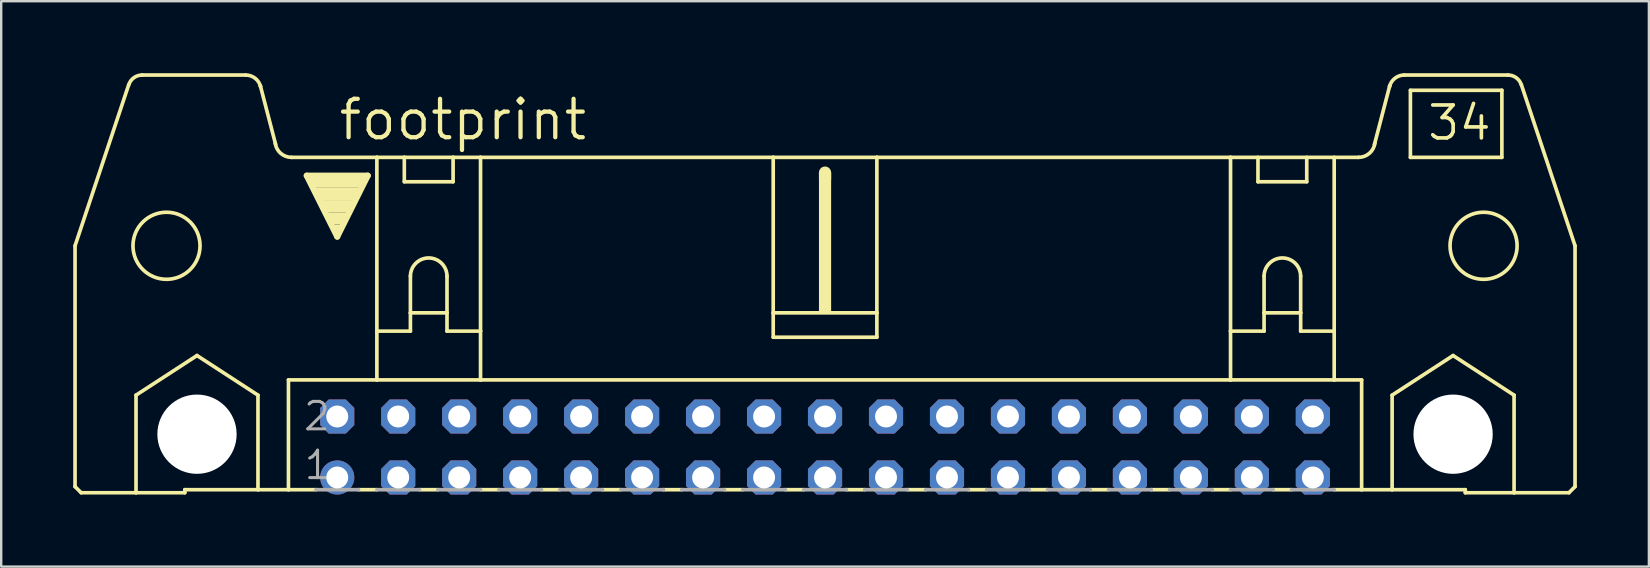
<source format=kicad_pcb>
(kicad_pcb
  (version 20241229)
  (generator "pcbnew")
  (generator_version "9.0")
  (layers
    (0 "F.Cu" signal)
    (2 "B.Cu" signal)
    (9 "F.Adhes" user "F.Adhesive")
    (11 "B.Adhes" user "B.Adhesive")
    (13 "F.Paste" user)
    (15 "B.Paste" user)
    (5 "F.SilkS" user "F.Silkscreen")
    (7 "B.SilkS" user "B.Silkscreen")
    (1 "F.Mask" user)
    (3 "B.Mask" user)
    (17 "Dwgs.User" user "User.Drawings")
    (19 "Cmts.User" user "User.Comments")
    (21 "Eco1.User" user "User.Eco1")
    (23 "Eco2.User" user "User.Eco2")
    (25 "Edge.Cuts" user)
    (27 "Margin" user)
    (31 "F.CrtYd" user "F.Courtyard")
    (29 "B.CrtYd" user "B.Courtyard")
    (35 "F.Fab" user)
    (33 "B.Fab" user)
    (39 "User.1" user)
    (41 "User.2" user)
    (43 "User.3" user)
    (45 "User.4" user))
  (footprint "footprint"
    (layer "F.Cu")
    (at 31.318 15.57)
    (property "Reference" "footprint" (at -20.345 -12.7 0) (layer "F.SilkS") (effects (font (size 1.6 1.6) (thickness 0.178)) (justify left bottom)))
    (fp_line (start -31.242 1.651) (end -31.242 -8.382) (stroke (width 0.152) (type solid)) (layer "F.SilkS"))
    (fp_line (start -31.242 1.651) (end -30.988 1.905) (stroke (width 0.152) (type solid)) (layer "F.SilkS"))
    (fp_line (start -30.988 1.905) (end -28.702 1.905) (stroke (width 0.152) (type solid)) (layer "F.SilkS"))
    (fp_line (start -29.007 -15.088) (end -31.242 -8.382) (stroke (width 0.152) (type solid)) (layer "F.SilkS"))
    (fp_line (start -28.702 -2.159) (end -26.162 -3.81) (stroke (width 0.152) (type solid)) (layer "F.SilkS"))
    (fp_line (start -28.702 1.905) (end -28.702 -2.159) (stroke (width 0.152) (type solid)) (layer "F.SilkS"))
    (fp_line (start -28.702 1.905) (end -26.67 1.905) (stroke (width 0.152) (type solid)) (layer "F.SilkS"))
    (fp_line (start -26.67 1.778) (end -26.67 1.905) (stroke (width 0.152) (type solid)) (layer "F.SilkS"))
    (fp_line (start -26.67 1.778) (end -23.622 1.778) (stroke (width 0.152) (type solid)) (layer "F.SilkS"))
    (fp_line (start -26.162 -3.81) (end -23.622 -2.159) (stroke (width 0.152) (type solid)) (layer "F.SilkS"))
    (fp_line (start -24.13 -15.494) (end -28.448 -15.494) (stroke (width 0.152) (type solid)) (layer "F.SilkS"))
    (fp_line (start -23.622 1.778) (end -23.622 -2.159) (stroke (width 0.152) (type solid)) (layer "F.SilkS"))
    (fp_line (start -23.622 1.778) (end -22.352 1.778) (stroke (width 0.152) (type solid)) (layer "F.SilkS"))
    (fp_line (start -22.885 -12.598) (end -23.52 -15.037) (stroke (width 0.152) (type solid)) (layer "F.SilkS"))
    (fp_line (start -22.352 -2.794) (end -22.352 1.778) (stroke (width 0.152) (type solid)) (layer "F.SilkS"))
    (fp_line (start -22.352 1.778) (end -21.209 1.778) (stroke (width 0.152) (type solid)) (layer "F.SilkS"))
    (fp_line (start -22.225 -12.065) (end -18.669 -12.065) (stroke (width 0.152) (type solid)) (layer "F.SilkS"))
    (fp_line (start -21.59 -11.303) (end -19.05 -11.303) (stroke (width 0.254) (type solid)) (layer "F.SilkS"))
    (fp_line (start -20.32 -8.763) (end -21.59 -11.303) (stroke (width 0.254) (type solid)) (layer "F.SilkS"))
    (fp_line (start -19.431 1.778) (end -18.669 1.778) (stroke (width 0.152) (type solid)) (layer "F.SilkS"))
    (fp_line (start -19.05 -11.303) (end -20.32 -8.763) (stroke (width 0.254) (type solid)) (layer "F.SilkS"))
    (fp_line (start -18.669 -12.065) (end -17.526 -12.065) (stroke (width 0.152) (type solid)) (layer "F.SilkS"))
    (fp_line (start -18.669 -4.826) (end -18.669 -12.065) (stroke (width 0.152) (type solid)) (layer "F.SilkS"))
    (fp_line (start -18.669 -4.826) (end -18.669 -2.794) (stroke (width 0.152) (type solid)) (layer "F.SilkS"))
    (fp_line (start -18.669 -4.826) (end -17.272 -4.826) (stroke (width 0.152) (type solid)) (layer "F.SilkS"))
    (fp_line (start -18.669 -2.794) (end -22.352 -2.794) (stroke (width 0.152) (type solid)) (layer "F.SilkS"))
    (fp_line (start -17.526 -12.065) (end -15.494 -12.065) (stroke (width 0.152) (type solid)) (layer "F.SilkS"))
    (fp_line (start -17.526 -11.049) (end -17.526 -12.065) (stroke (width 0.152) (type solid)) (layer "F.SilkS"))
    (fp_line (start -17.526 -11.049) (end -15.494 -11.049) (stroke (width 0.152) (type solid)) (layer "F.SilkS"))
    (fp_line (start -17.272 -7.112) (end -17.272 -5.588) (stroke (width 0.152) (type solid)) (layer "F.SilkS"))
    (fp_line (start -17.272 -5.588) (end -17.272 -4.826) (stroke (width 0.152) (type solid)) (layer "F.SilkS"))
    (fp_line (start -17.272 -5.588) (end -15.748 -5.588) (stroke (width 0.152) (type solid)) (layer "F.SilkS"))
    (fp_line (start -16.891 1.778) (end -16.129 1.778) (stroke (width 0.152) (type solid)) (layer "F.SilkS"))
    (fp_line (start -15.748 -7.112) (end -15.748 -5.588) (stroke (width 0.152) (type solid)) (layer "F.SilkS"))
    (fp_line (start -15.748 -5.588) (end -15.748 -4.826) (stroke (width 0.152) (type solid)) (layer "F.SilkS"))
    (fp_line (start -15.748 -4.826) (end -14.351 -4.826) (stroke (width 0.152) (type solid)) (layer "F.SilkS"))
    (fp_line (start -15.494 -12.065) (end -15.494 -11.049) (stroke (width 0.152) (type solid)) (layer "F.SilkS"))
    (fp_line (start -15.494 -12.065) (end -14.351 -12.065) (stroke (width 0.152) (type solid)) (layer "F.SilkS"))
    (fp_line (start -14.351 -12.065) (end -2.159 -12.065) (stroke (width 0.152) (type solid)) (layer "F.SilkS"))
    (fp_line (start -14.351 -4.826) (end -14.351 -12.065) (stroke (width 0.152) (type solid)) (layer "F.SilkS"))
    (fp_line (start -14.351 -4.826) (end -14.351 -2.794) (stroke (width 0.152) (type solid)) (layer "F.SilkS"))
    (fp_line (start -14.351 -2.794) (end -18.669 -2.794) (stroke (width 0.152) (type solid)) (layer "F.SilkS"))
    (fp_line (start -14.351 1.778) (end -13.589 1.778) (stroke (width 0.152) (type solid)) (layer "F.SilkS"))
    (fp_line (start -11.811 1.778) (end -11.049 1.778) (stroke (width 0.152) (type solid)) (layer "F.SilkS"))
    (fp_line (start -9.271 1.778) (end -8.509 1.778) (stroke (width 0.152) (type solid)) (layer "F.SilkS"))
    (fp_line (start -6.731 1.778) (end -5.969 1.778) (stroke (width 0.152) (type solid)) (layer "F.SilkS"))
    (fp_line (start -4.191 1.778) (end -3.429 1.778) (stroke (width 0.152) (type solid)) (layer "F.SilkS"))
    (fp_line (start -2.159 -12.065) (end -2.159 -5.588) (stroke (width 0.152) (type solid)) (layer "F.SilkS"))
    (fp_line (start -2.159 -12.065) (end 2.159 -12.065) (stroke (width 0.152) (type solid)) (layer "F.SilkS"))
    (fp_line (start -2.159 -5.588) (end -2.159 -4.572) (stroke (width 0.152) (type solid)) (layer "F.SilkS"))
    (fp_line (start -1.651 1.778) (end -0.889 1.778) (stroke (width 0.152) (type solid)) (layer "F.SilkS"))
    (fp_line (start 0 -11.176) (end 0 -11.43) (stroke (width 0.508) (type solid)) (layer "F.SilkS"))
    (fp_line (start 0.889 1.778) (end 1.651 1.778) (stroke (width 0.152) (type solid)) (layer "F.SilkS"))
    (fp_line (start 2.159 -12.065) (end 2.159 -5.588) (stroke (width 0.152) (type solid)) (layer "F.SilkS"))
    (fp_line (start 2.159 -12.065) (end 16.891 -12.065) (stroke (width 0.152) (type solid)) (layer "F.SilkS"))
    (fp_line (start 2.159 -5.588) (end -2.159 -5.588) (stroke (width 0.152) (type solid)) (layer "F.SilkS"))
    (fp_line (start 2.159 -5.588) (end 2.159 -4.572) (stroke (width 0.152) (type solid)) (layer "F.SilkS"))
    (fp_line (start 2.159 -4.572) (end -2.159 -4.572) (stroke (width 0.152) (type solid)) (layer "F.SilkS"))
    (fp_line (start 3.429 1.778) (end 4.191 1.778) (stroke (width 0.152) (type solid)) (layer "F.SilkS"))
    (fp_line (start 5.969 1.778) (end 6.731 1.778) (stroke (width 0.152) (type solid)) (layer "F.SilkS"))
    (fp_line (start 8.509 1.778) (end 9.271 1.778) (stroke (width 0.152) (type solid)) (layer "F.SilkS"))
    (fp_line (start 11.049 1.778) (end 11.811 1.778) (stroke (width 0.152) (type solid)) (layer "F.SilkS"))
    (fp_line (start 13.589 1.778) (end 14.351 1.778) (stroke (width 0.152) (type solid)) (layer "F.SilkS"))
    (fp_line (start 16.129 1.778) (end 16.891 1.778) (stroke (width 0.152) (type solid)) (layer "F.SilkS"))
    (fp_line (start 16.891 -12.065) (end 22.225 -12.065) (stroke (width 0.152) (type solid)) (layer "F.SilkS"))
    (fp_line (start 16.891 -4.826) (end 16.891 -12.065) (stroke (width 0.152) (type solid)) (layer "F.SilkS"))
    (fp_line (start 16.891 -4.826) (end 16.891 -2.794) (stroke (width 0.152) (type solid)) (layer "F.SilkS"))
    (fp_line (start 16.891 -4.826) (end 18.288 -4.826) (stroke (width 0.152) (type solid)) (layer "F.SilkS"))
    (fp_line (start 16.891 -2.794) (end -14.351 -2.794) (stroke (width 0.152) (type solid)) (layer "F.SilkS"))
    (fp_line (start 18.034 -11.049) (end 18.034 -12.065) (stroke (width 0.152) (type solid)) (layer "F.SilkS"))
    (fp_line (start 18.034 -11.049) (end 20.066 -11.049) (stroke (width 0.152) (type solid)) (layer "F.SilkS"))
    (fp_line (start 18.288 -7.112) (end 18.288 -5.588) (stroke (width 0.152) (type solid)) (layer "F.SilkS"))
    (fp_line (start 18.288 -5.588) (end 18.288 -4.826) (stroke (width 0.152) (type solid)) (layer "F.SilkS"))
    (fp_line (start 18.288 -5.588) (end 19.812 -5.588) (stroke (width 0.152) (type solid)) (layer "F.SilkS"))
    (fp_line (start 18.669 1.778) (end 19.431 1.778) (stroke (width 0.152) (type solid)) (layer "F.SilkS"))
    (fp_line (start 19.812 -7.112) (end 19.812 -5.588) (stroke (width 0.152) (type solid)) (layer "F.SilkS"))
    (fp_line (start 19.812 -5.588) (end 19.812 -4.826) (stroke (width 0.152) (type solid)) (layer "F.SilkS"))
    (fp_line (start 19.812 -4.826) (end 21.209 -4.826) (stroke (width 0.152) (type solid)) (layer "F.SilkS"))
    (fp_line (start 20.066 -12.065) (end 20.066 -11.049) (stroke (width 0.152) (type solid)) (layer "F.SilkS"))
    (fp_line (start 21.209 -4.826) (end 21.209 -12.065) (stroke (width 0.152) (type solid)) (layer "F.SilkS"))
    (fp_line (start 21.209 -4.826) (end 21.209 -2.794) (stroke (width 0.152) (type solid)) (layer "F.SilkS"))
    (fp_line (start 21.209 -2.794) (end 16.891 -2.794) (stroke (width 0.152) (type solid)) (layer "F.SilkS"))
    (fp_line (start 22.352 -2.794) (end 21.209 -2.794) (stroke (width 0.152) (type solid)) (layer "F.SilkS"))
    (fp_line (start 22.352 -2.794) (end 22.352 1.778) (stroke (width 0.152) (type solid)) (layer "F.SilkS"))
    (fp_line (start 22.352 1.778) (end 21.209 1.778) (stroke (width 0.152) (type solid)) (layer "F.SilkS"))
    (fp_line (start 22.885 -12.598) (end 23.52 -15.037) (stroke (width 0.152) (type solid)) (layer "F.SilkS"))
    (fp_line (start 23.622 -2.159) (end 26.162 -3.81) (stroke (width 0.152) (type solid)) (layer "F.SilkS"))
    (fp_line (start 23.622 1.778) (end 22.352 1.778) (stroke (width 0.152) (type solid)) (layer "F.SilkS"))
    (fp_line (start 23.622 1.778) (end 23.622 -2.159) (stroke (width 0.152) (type solid)) (layer "F.SilkS"))
    (fp_line (start 24.13 -15.494) (end 28.448 -15.494) (stroke (width 0.152) (type solid)) (layer "F.SilkS"))
    (fp_line (start 24.384 -14.859) (end 24.384 -12.065) (stroke (width 0.152) (type solid)) (layer "F.SilkS"))
    (fp_line (start 24.384 -12.065) (end 28.194 -12.065) (stroke (width 0.152) (type solid)) (layer "F.SilkS"))
    (fp_line (start 26.162 -3.81) (end 28.702 -2.159) (stroke (width 0.152) (type solid)) (layer "F.SilkS"))
    (fp_line (start 26.67 1.778) (end 23.622 1.778) (stroke (width 0.152) (type solid)) (layer "F.SilkS"))
    (fp_line (start 26.67 1.778) (end 26.67 1.905) (stroke (width 0.152) (type solid)) (layer "F.SilkS"))
    (fp_line (start 28.194 -14.859) (end 24.384 -14.859) (stroke (width 0.152) (type solid)) (layer "F.SilkS"))
    (fp_line (start 28.194 -14.859) (end 28.194 -12.065) (stroke (width 0.152) (type solid)) (layer "F.SilkS"))
    (fp_line (start 28.702 1.905) (end 26.67 1.905) (stroke (width 0.152) (type solid)) (layer "F.SilkS"))
    (fp_line (start 28.702 1.905) (end 28.702 -2.159) (stroke (width 0.152) (type solid)) (layer "F.SilkS"))
    (fp_line (start 29.007 -15.088) (end 31.242 -8.382) (stroke (width 0.152) (type solid)) (layer "F.SilkS"))
    (fp_line (start 30.988 1.905) (end 28.702 1.905) (stroke (width 0.152) (type solid)) (layer "F.SilkS"))
    (fp_line (start 31.242 1.651) (end 30.988 1.905) (stroke (width 0.152) (type solid)) (layer "F.SilkS"))
    (fp_line (start 31.242 1.651) (end 31.242 -8.382) (stroke (width 0.152) (type solid)) (layer "F.SilkS"))
    (fp_arc (start -29.0044 -15.0878) (mid -28.792453 -15.38168) (end -28.447999 -15.494101) (stroke (width 0.1524) (type solid)) (layer "F.SilkS"))
    (fp_arc (start -24.13 -15.494) (mid -23.748999 -15.367) (end -23.520399 -15.036799) (stroke (width 0.1524) (type solid)) (layer "F.SilkS"))
    (fp_arc (start -23.5204 -15.0368) (mid -23.517084 -15.024931) (end -23.514 -15.013) (stroke (width 0.1524) (type solid)) (layer "F.SilkS"))
    (fp_arc (start -22.224999 -12.064999) (mid -22.676774 -12.234823) (end -22.9048 -12.6602) (stroke (width 0.1524) (type solid)) (layer "F.SilkS"))
    (fp_arc (start -17.272 -7.112) (mid -16.51 -7.874) (end -15.748 -7.112) (stroke (width 0.1524) (type solid)) (layer "F.SilkS"))
    (fp_arc (start 18.288 -7.112) (mid 19.05 -7.874) (end 19.812 -7.112) (stroke (width 0.1524) (type solid)) (layer "F.SilkS"))
    (fp_arc (start 22.904799 -12.660201) (mid 22.676774 -12.234825) (end 22.225 -12.065) (stroke (width 0.1524) (type solid)) (layer "F.SilkS"))
    (fp_arc (start 23.514 -15.013) (mid 23.517084 -15.024931) (end 23.5204 -15.0368) (stroke (width 0.1524) (type solid)) (layer "F.SilkS"))
    (fp_arc (start 23.5204 -15.0368) (mid 23.749001 -15.367) (end 24.130001 -15.493999) (stroke (width 0.1524) (type solid)) (layer "F.SilkS"))
    (fp_arc (start 28.448 -15.494) (mid 28.792385 -15.381609) (end 29.0043 -15.087799) (stroke (width 0.1524) (type solid)) (layer "F.SilkS"))
    (fp_circle (center -27.432 -8.382) (end -26.035 -8.382) (stroke (width 0.152) (type solid)) (fill no) (layer "F.SilkS"))
    (fp_circle (center -26.162 -0.533) (end -24.841 -0.533) (stroke (width 0.152) (type solid)) (fill no) (layer "F.SilkS"))
    (fp_circle (center 26.162 -0.533) (end 27.483 -0.533) (stroke (width 0.152) (type solid)) (fill no) (layer "F.SilkS"))
    (fp_circle (center 27.432 -8.382) (end 28.829 -8.382) (stroke (width 0.152) (type solid)) (fill no) (layer "F.SilkS"))
    (fp_poly (pts (xy -21.463 -10.795) (xy -19.177 -10.795) (xy -19.177 -11.303) (xy -21.463 -11.303)) (stroke (width 0) (type solid)) (fill yes) (layer "F.SilkS"))
    (fp_poly (pts (xy -21.209 -10.287) (xy -19.431 -10.287) (xy -19.431 -10.795) (xy -21.209 -10.795)) (stroke (width 0) (type solid)) (fill yes) (layer "F.SilkS"))
    (fp_poly (pts (xy -20.955 -9.779) (xy -19.685 -9.779) (xy -19.685 -10.287) (xy -20.955 -10.287)) (stroke (width 0) (type solid)) (fill yes) (layer "F.SilkS"))
    (fp_poly (pts (xy -20.701 -9.271) (xy -19.939 -9.271) (xy -19.939 -9.779) (xy -20.701 -9.779)) (stroke (width 0) (type solid)) (fill yes) (layer "F.SilkS"))
    (fp_poly (pts (xy -20.447 -9.017) (xy -20.193 -9.017) (xy -20.193 -9.271) (xy -20.447 -9.271)) (stroke (width 0) (type solid)) (fill yes) (layer "F.SilkS"))
    (fp_poly (pts (xy -0.254 -5.588) (xy 0.254 -5.588) (xy 0.254 -11.43) (xy -0.254 -11.43)) (stroke (width 0) (type solid)) (fill yes) (layer "F.SilkS"))
    (fp_line (start -21.209 1.778) (end -19.431 1.778) (stroke (width 0.152) (type solid)) (layer "F.Fab"))
    (fp_line (start -18.669 1.778) (end -16.891 1.778) (stroke (width 0.152) (type solid)) (layer "F.Fab"))
    (fp_line (start -16.129 1.778) (end -14.351 1.778) (stroke (width 0.152) (type solid)) (layer "F.Fab"))
    (fp_line (start -13.589 1.778) (end -11.811 1.778) (stroke (width 0.152) (type solid)) (layer "F.Fab"))
    (fp_line (start -11.049 1.778) (end -9.271 1.778) (stroke (width 0.152) (type solid)) (layer "F.Fab"))
    (fp_line (start -8.509 1.778) (end -6.731 1.778) (stroke (width 0.152) (type solid)) (layer "F.Fab"))
    (fp_line (start -5.969 1.778) (end -4.191 1.778) (stroke (width 0.152) (type solid)) (layer "F.Fab"))
    (fp_line (start -3.429 1.778) (end -1.651 1.778) (stroke (width 0.152) (type solid)) (layer "F.Fab"))
    (fp_line (start -0.889 1.778) (end 0.889 1.778) (stroke (width 0.152) (type solid)) (layer "F.Fab"))
    (fp_line (start 1.651 1.778) (end 3.429 1.778) (stroke (width 0.152) (type solid)) (layer "F.Fab"))
    (fp_line (start 4.191 1.778) (end 5.969 1.778) (stroke (width 0.152) (type solid)) (layer "F.Fab"))
    (fp_line (start 6.731 1.778) (end 8.509 1.778) (stroke (width 0.152) (type solid)) (layer "F.Fab"))
    (fp_line (start 9.271 1.778) (end 11.049 1.778) (stroke (width 0.152) (type solid)) (layer "F.Fab"))
    (fp_line (start 11.811 1.778) (end 13.589 1.778) (stroke (width 0.152) (type solid)) (layer "F.Fab"))
    (fp_line (start 16.129 1.778) (end 14.351 1.778) (stroke (width 0.152) (type solid)) (layer "F.Fab"))
    (fp_line (start 18.669 1.778) (end 16.891 1.778) (stroke (width 0.152) (type solid)) (layer "F.Fab"))
    (fp_line (start 21.209 1.778) (end 19.431 1.778) (stroke (width 0.152) (type solid)) (layer "F.Fab"))
    (fp_text user "34" (at 25.019 -12.7 0) (layer "F.SilkS") (effects (font (size 1.372 1.372) (thickness 0.152)) (justify left bottom)))
    (fp_text user "2" (at -21.793 -0.61 0) (layer "F.Fab") (effects (font (size 1.143 1.143) (thickness 0.127)) (justify left bottom)))
    (fp_text user "1" (at -21.768 1.422 0) (layer "F.Fab") (effects (font (size 1.143 1.143) (thickness 0.127)) (justify left bottom)))
    (pad "" np_thru_hole circle (at -26.162 -0.533) (size 3.302 3.302) (drill 3.302) (layers "*.Cu" "*.Mask"))
    (pad "" np_thru_hole circle (at 26.162 -0.533) (size 3.302 3.302) (drill 3.302) (layers "*.Cu" "*.Mask"))
    (pad "1" thru_hole circle (at -20.32 1.27) (size 1.422 1.422) (drill 0.914) (layers "*.Cu" "*.Mask"))
    (pad "2" thru_hole roundrect (at -20.32 -1.27) (size 1.422 1.422) (drill 0.914) (layers "*.Cu" "*.Mask") (roundrect_rratio 0.25) (chamfer_ratio 0.25) (chamfer top_left top_right bottom_left bottom_right))
    (pad "3" thru_hole roundrect (at -17.78 1.27) (size 1.422 1.422) (drill 0.914) (layers "*.Cu" "*.Mask") (roundrect_rratio 0.25) (chamfer_ratio 0.25) (chamfer top_left top_right bottom_left bottom_right))
    (pad "4" thru_hole roundrect (at -17.78 -1.27) (size 1.422 1.422) (drill 0.914) (layers "*.Cu" "*.Mask") (roundrect_rratio 0.25) (chamfer_ratio 0.25) (chamfer top_left top_right bottom_left bottom_right))
    (pad "5" thru_hole roundrect (at -15.24 1.27) (size 1.422 1.422) (drill 0.914) (layers "*.Cu" "*.Mask") (roundrect_rratio 0.25) (chamfer_ratio 0.25) (chamfer top_left top_right bottom_left bottom_right))
    (pad "6" thru_hole roundrect (at -15.24 -1.27) (size 1.422 1.422) (drill 0.914) (layers "*.Cu" "*.Mask") (roundrect_rratio 0.25) (chamfer_ratio 0.25) (chamfer top_left top_right bottom_left bottom_right))
    (pad "7" thru_hole roundrect (at -12.7 1.27) (size 1.422 1.422) (drill 0.914) (layers "*.Cu" "*.Mask") (roundrect_rratio 0.25) (chamfer_ratio 0.25) (chamfer top_left top_right bottom_left bottom_right))
    (pad "8" thru_hole roundrect (at -12.7 -1.27) (size 1.422 1.422) (drill 0.914) (layers "*.Cu" "*.Mask") (roundrect_rratio 0.25) (chamfer_ratio 0.25) (chamfer top_left top_right bottom_left bottom_right))
    (pad "9" thru_hole roundrect (at -10.16 1.27) (size 1.422 1.422) (drill 0.914) (layers "*.Cu" "*.Mask") (roundrect_rratio 0.25) (chamfer_ratio 0.25) (chamfer top_left top_right bottom_left bottom_right))
    (pad "10" thru_hole roundrect (at -10.16 -1.27) (size 1.422 1.422) (drill 0.914) (layers "*.Cu" "*.Mask") (roundrect_rratio 0.25) (chamfer_ratio 0.25) (chamfer top_left top_right bottom_left bottom_right))
    (pad "11" thru_hole roundrect (at -7.62 1.27) (size 1.422 1.422) (drill 0.914) (layers "*.Cu" "*.Mask") (roundrect_rratio 0.25) (chamfer_ratio 0.25) (chamfer top_left top_right bottom_left bottom_right))
    (pad "12" thru_hole roundrect (at -7.62 -1.27) (size 1.422 1.422) (drill 0.914) (layers "*.Cu" "*.Mask") (roundrect_rratio 0.25) (chamfer_ratio 0.25) (chamfer top_left top_right bottom_left bottom_right))
    (pad "13" thru_hole roundrect (at -5.08 1.27) (size 1.422 1.422) (drill 0.914) (layers "*.Cu" "*.Mask") (roundrect_rratio 0.25) (chamfer_ratio 0.25) (chamfer top_left top_right bottom_left bottom_right))
    (pad "14" thru_hole roundrect (at -5.08 -1.27) (size 1.422 1.422) (drill 0.914) (layers "*.Cu" "*.Mask") (roundrect_rratio 0.25) (chamfer_ratio 0.25) (chamfer top_left top_right bottom_left bottom_right))
    (pad "15" thru_hole roundrect (at -2.54 1.27) (size 1.422 1.422) (drill 0.914) (layers "*.Cu" "*.Mask") (roundrect_rratio 0.25) (chamfer_ratio 0.25) (chamfer top_left top_right bottom_left bottom_right))
    (pad "16" thru_hole roundrect (at -2.54 -1.27) (size 1.422 1.422) (drill 0.914) (layers "*.Cu" "*.Mask") (roundrect_rratio 0.25) (chamfer_ratio 0.25) (chamfer top_left top_right bottom_left bottom_right))
    (pad "17" thru_hole roundrect (at 0 1.27) (size 1.422 1.422) (drill 0.914) (layers "*.Cu" "*.Mask") (roundrect_rratio 0.25) (chamfer_ratio 0.25) (chamfer top_left top_right bottom_left bottom_right))
    (pad "18" thru_hole roundrect (at 0 -1.27) (size 1.422 1.422) (drill 0.914) (layers "*.Cu" "*.Mask") (roundrect_rratio 0.25) (chamfer_ratio 0.25) (chamfer top_left top_right bottom_left bottom_right))
    (pad "19" thru_hole roundrect (at 2.54 1.27) (size 1.422 1.422) (drill 0.914) (layers "*.Cu" "*.Mask") (roundrect_rratio 0.25) (chamfer_ratio 0.25) (chamfer top_left top_right bottom_left bottom_right))
    (pad "20" thru_hole roundrect (at 2.54 -1.27) (size 1.422 1.422) (drill 0.914) (layers "*.Cu" "*.Mask") (roundrect_rratio 0.25) (chamfer_ratio 0.25) (chamfer top_left top_right bottom_left bottom_right))
    (pad "21" thru_hole roundrect (at 5.08 1.27) (size 1.422 1.422) (drill 0.914) (layers "*.Cu" "*.Mask") (roundrect_rratio 0.25) (chamfer_ratio 0.25) (chamfer top_left top_right bottom_left bottom_right))
    (pad "22" thru_hole roundrect (at 5.08 -1.27) (size 1.422 1.422) (drill 0.914) (layers "*.Cu" "*.Mask") (roundrect_rratio 0.25) (chamfer_ratio 0.25) (chamfer top_left top_right bottom_left bottom_right))
    (pad "23" thru_hole roundrect (at 7.62 1.27) (size 1.422 1.422) (drill 0.914) (layers "*.Cu" "*.Mask") (roundrect_rratio 0.25) (chamfer_ratio 0.25) (chamfer top_left top_right bottom_left bottom_right))
    (pad "24" thru_hole roundrect (at 7.62 -1.27) (size 1.422 1.422) (drill 0.914) (layers "*.Cu" "*.Mask") (roundrect_rratio 0.25) (chamfer_ratio 0.25) (chamfer top_left top_right bottom_left bottom_right))
    (pad "25" thru_hole roundrect (at 10.16 1.27) (size 1.422 1.422) (drill 0.914) (layers "*.Cu" "*.Mask") (roundrect_rratio 0.25) (chamfer_ratio 0.25) (chamfer top_left top_right bottom_left bottom_right))
    (pad "26" thru_hole roundrect (at 10.16 -1.27) (size 1.422 1.422) (drill 0.914) (layers "*.Cu" "*.Mask") (roundrect_rratio 0.25) (chamfer_ratio 0.25) (chamfer top_left top_right bottom_left bottom_right))
    (pad "27" thru_hole roundrect (at 12.7 1.27) (size 1.422 1.422) (drill 0.914) (layers "*.Cu" "*.Mask") (roundrect_rratio 0.25) (chamfer_ratio 0.25) (chamfer top_left top_right bottom_left bottom_right))
    (pad "28" thru_hole roundrect (at 12.7 -1.27) (size 1.422 1.422) (drill 0.914) (layers "*.Cu" "*.Mask") (roundrect_rratio 0.25) (chamfer_ratio 0.25) (chamfer top_left top_right bottom_left bottom_right))
    (pad "29" thru_hole roundrect (at 15.24 1.27) (size 1.422 1.422) (drill 0.914) (layers "*.Cu" "*.Mask") (roundrect_rratio 0.25) (chamfer_ratio 0.25) (chamfer top_left top_right bottom_left bottom_right))
    (pad "30" thru_hole roundrect (at 15.24 -1.27) (size 1.422 1.422) (drill 0.914) (layers "*.Cu" "*.Mask") (roundrect_rratio 0.25) (chamfer_ratio 0.25) (chamfer top_left top_right bottom_left bottom_right))
    (pad "31" thru_hole roundrect (at 17.78 1.27) (size 1.422 1.422) (drill 0.914) (layers "*.Cu" "*.Mask") (roundrect_rratio 0.25) (chamfer_ratio 0.25) (chamfer top_left top_right bottom_left bottom_right))
    (pad "32" thru_hole roundrect (at 17.78 -1.27) (size 1.422 1.422) (drill 0.914) (layers "*.Cu" "*.Mask") (roundrect_rratio 0.25) (chamfer_ratio 0.25) (chamfer top_left top_right bottom_left bottom_right))
    (pad "33" thru_hole roundrect (at 20.32 1.27) (size 1.422 1.422) (drill 0.914) (layers "*.Cu" "*.Mask") (roundrect_rratio 0.25) (chamfer_ratio 0.25) (chamfer top_left top_right bottom_left bottom_right))
    (pad "34" thru_hole roundrect (at 20.32 -1.27) (size 1.422 1.422) (drill 0.914) (layers "*.Cu" "*.Mask") (roundrect_rratio 0.25) (chamfer_ratio 0.25) (chamfer top_left top_right bottom_left bottom_right))
    (zone (net_name "") (layers "F.Cu" "B.Cu") (hatch edge 0.508) (connect_pads) (min_thickness 0.254) (filled_areas_thickness no) (keepout (tracks allowed) (vias not_allowed) (pads allowed) (copperpour allowed) (footprints allowed)) (placement (enabled no)) (fill) (polygon (pts (xy 7.442 15.037) (xy 7.407 14.64) (xy 7.304 14.255) (xy 7.136 13.894) (xy 6.907 13.567) (xy 6.626 13.286) (xy 6.299 13.057) (xy 5.938 12.889) (xy 5.553 12.786) (xy 5.156 12.751) (xy 4.759 12.786) (xy 4.374 12.889) (xy 4.013 13.057) (xy 3.687 13.286) (xy 3.405 13.567) (xy 3.176 13.894) (xy 3.008 14.255) (xy 2.905 14.64) (xy 2.87 15.037) (xy 2.905 15.434) (xy 3.008 15.819) (xy 3.176 16.18) (xy 3.405 16.506) (xy 3.687 16.788) (xy 4.013 17.017) (xy 4.374 17.185) (xy 4.759 17.288) (xy 5.156 17.323) (xy 5.553 17.288) (xy 5.938 17.185) (xy 6.299 17.017) (xy 6.626 16.788) (xy 6.907 16.506) (xy 7.136 16.18) (xy 7.304 15.819) (xy 7.407 15.434))))
    (zone (net_name "") (layers "F.Cu" "B.Cu") (hatch edge 0.508) (connect_pads) (min_thickness 0.254) (filled_areas_thickness no) (keepout (tracks allowed) (vias not_allowed) (pads allowed) (copperpour allowed) (footprints allowed)) (placement (enabled no)) (fill) (polygon (pts (xy 59.766 15.037) (xy 59.731 14.64) (xy 59.628 14.255) (xy 59.46 13.894) (xy 59.231 13.567) (xy 58.95 13.286) (xy 58.623 13.057) (xy 58.262 12.889) (xy 57.877 12.786) (xy 57.48 12.751) (xy 57.083 12.786) (xy 56.698 12.889) (xy 56.337 13.057) (xy 56.011 13.286) (xy 55.729 13.567) (xy 55.5 13.894) (xy 55.332 14.255) (xy 55.229 14.64) (xy 55.194 15.037) (xy 55.229 15.434) (xy 55.332 15.819) (xy 55.5 16.18) (xy 55.729 16.506) (xy 56.011 16.788) (xy 56.337 17.017) (xy 56.698 17.185) (xy 57.083 17.288) (xy 57.48 17.323) (xy 57.877 17.288) (xy 58.262 17.185) (xy 58.623 17.017) (xy 58.95 16.788) (xy 59.231 16.506) (xy 59.46 16.18) (xy 59.628 15.819) (xy 59.731 15.434))))
    (zone (net_name "") (layer "B.Cu") (hatch edge 0.508) (connect_pads) (min_thickness 0.254) (filled_areas_thickness no) (keepout (tracks not_allowed) (vias not_allowed) (pads not_allowed) (copperpour not_allowed) (footprints allowed)) (placement (enabled no)) (fill) (polygon (pts (xy 7.442 15.037) (xy 7.407 14.64) (xy 7.304 14.255) (xy 7.136 13.894) (xy 6.907 13.567) (xy 6.626 13.286) (xy 6.299 13.057) (xy 5.938 12.889) (xy 5.553 12.786) (xy 5.156 12.751) (xy 4.759 12.786) (xy 4.374 12.889) (xy 4.013 13.057) (xy 3.687 13.286) (xy 3.405 13.567) (xy 3.176 13.894) (xy 3.008 14.255) (xy 2.905 14.64) (xy 2.87 15.037) (xy 2.905 15.434) (xy 3.008 15.819) (xy 3.176 16.18) (xy 3.405 16.506) (xy 3.687 16.788) (xy 4.013 17.017) (xy 4.374 17.185) (xy 4.759 17.288) (xy 5.156 17.323) (xy 5.553 17.288) (xy 5.938 17.185) (xy 6.299 17.017) (xy 6.626 16.788) (xy 6.907 16.506) (xy 7.136 16.18) (xy 7.304 15.819) (xy 7.407 15.434))))
    (zone (net_name "") (layer "B.Cu") (hatch edge 0.508) (connect_pads) (min_thickness 0.254) (filled_areas_thickness no) (keepout (tracks not_allowed) (vias not_allowed) (pads not_allowed) (copperpour not_allowed) (footprints allowed)) (placement (enabled no)) (fill) (polygon (pts (xy 59.766 15.037) (xy 59.731 14.64) (xy 59.628 14.255) (xy 59.46 13.894) (xy 59.231 13.567) (xy 58.95 13.286) (xy 58.623 13.057) (xy 58.262 12.889) (xy 57.877 12.786) (xy 57.48 12.751) (xy 57.083 12.786) (xy 56.698 12.889) (xy 56.337 13.057) (xy 56.011 13.286) (xy 55.729 13.567) (xy 55.5 13.894) (xy 55.332 14.255) (xy 55.229 14.64) (xy 55.194 15.037) (xy 55.229 15.434) (xy 55.332 15.819) (xy 55.5 16.18) (xy 55.729 16.506) (xy 56.011 16.788) (xy 56.337 17.017) (xy 56.698 17.185) (xy 57.083 17.288) (xy 57.48 17.323) (xy 57.877 17.288) (xy 58.262 17.185) (xy 58.623 17.017) (xy 58.95 16.788) (xy 59.231 16.506) (xy 59.46 16.18) (xy 59.628 15.819) (xy 59.731 15.434)))))
  (gr_rect
    (start -3 -3)
    (end 65.636 20.552)
    (stroke (width 0.1) (type default))
    (fill no)
    (layer "Edge.Cuts")))
</source>
